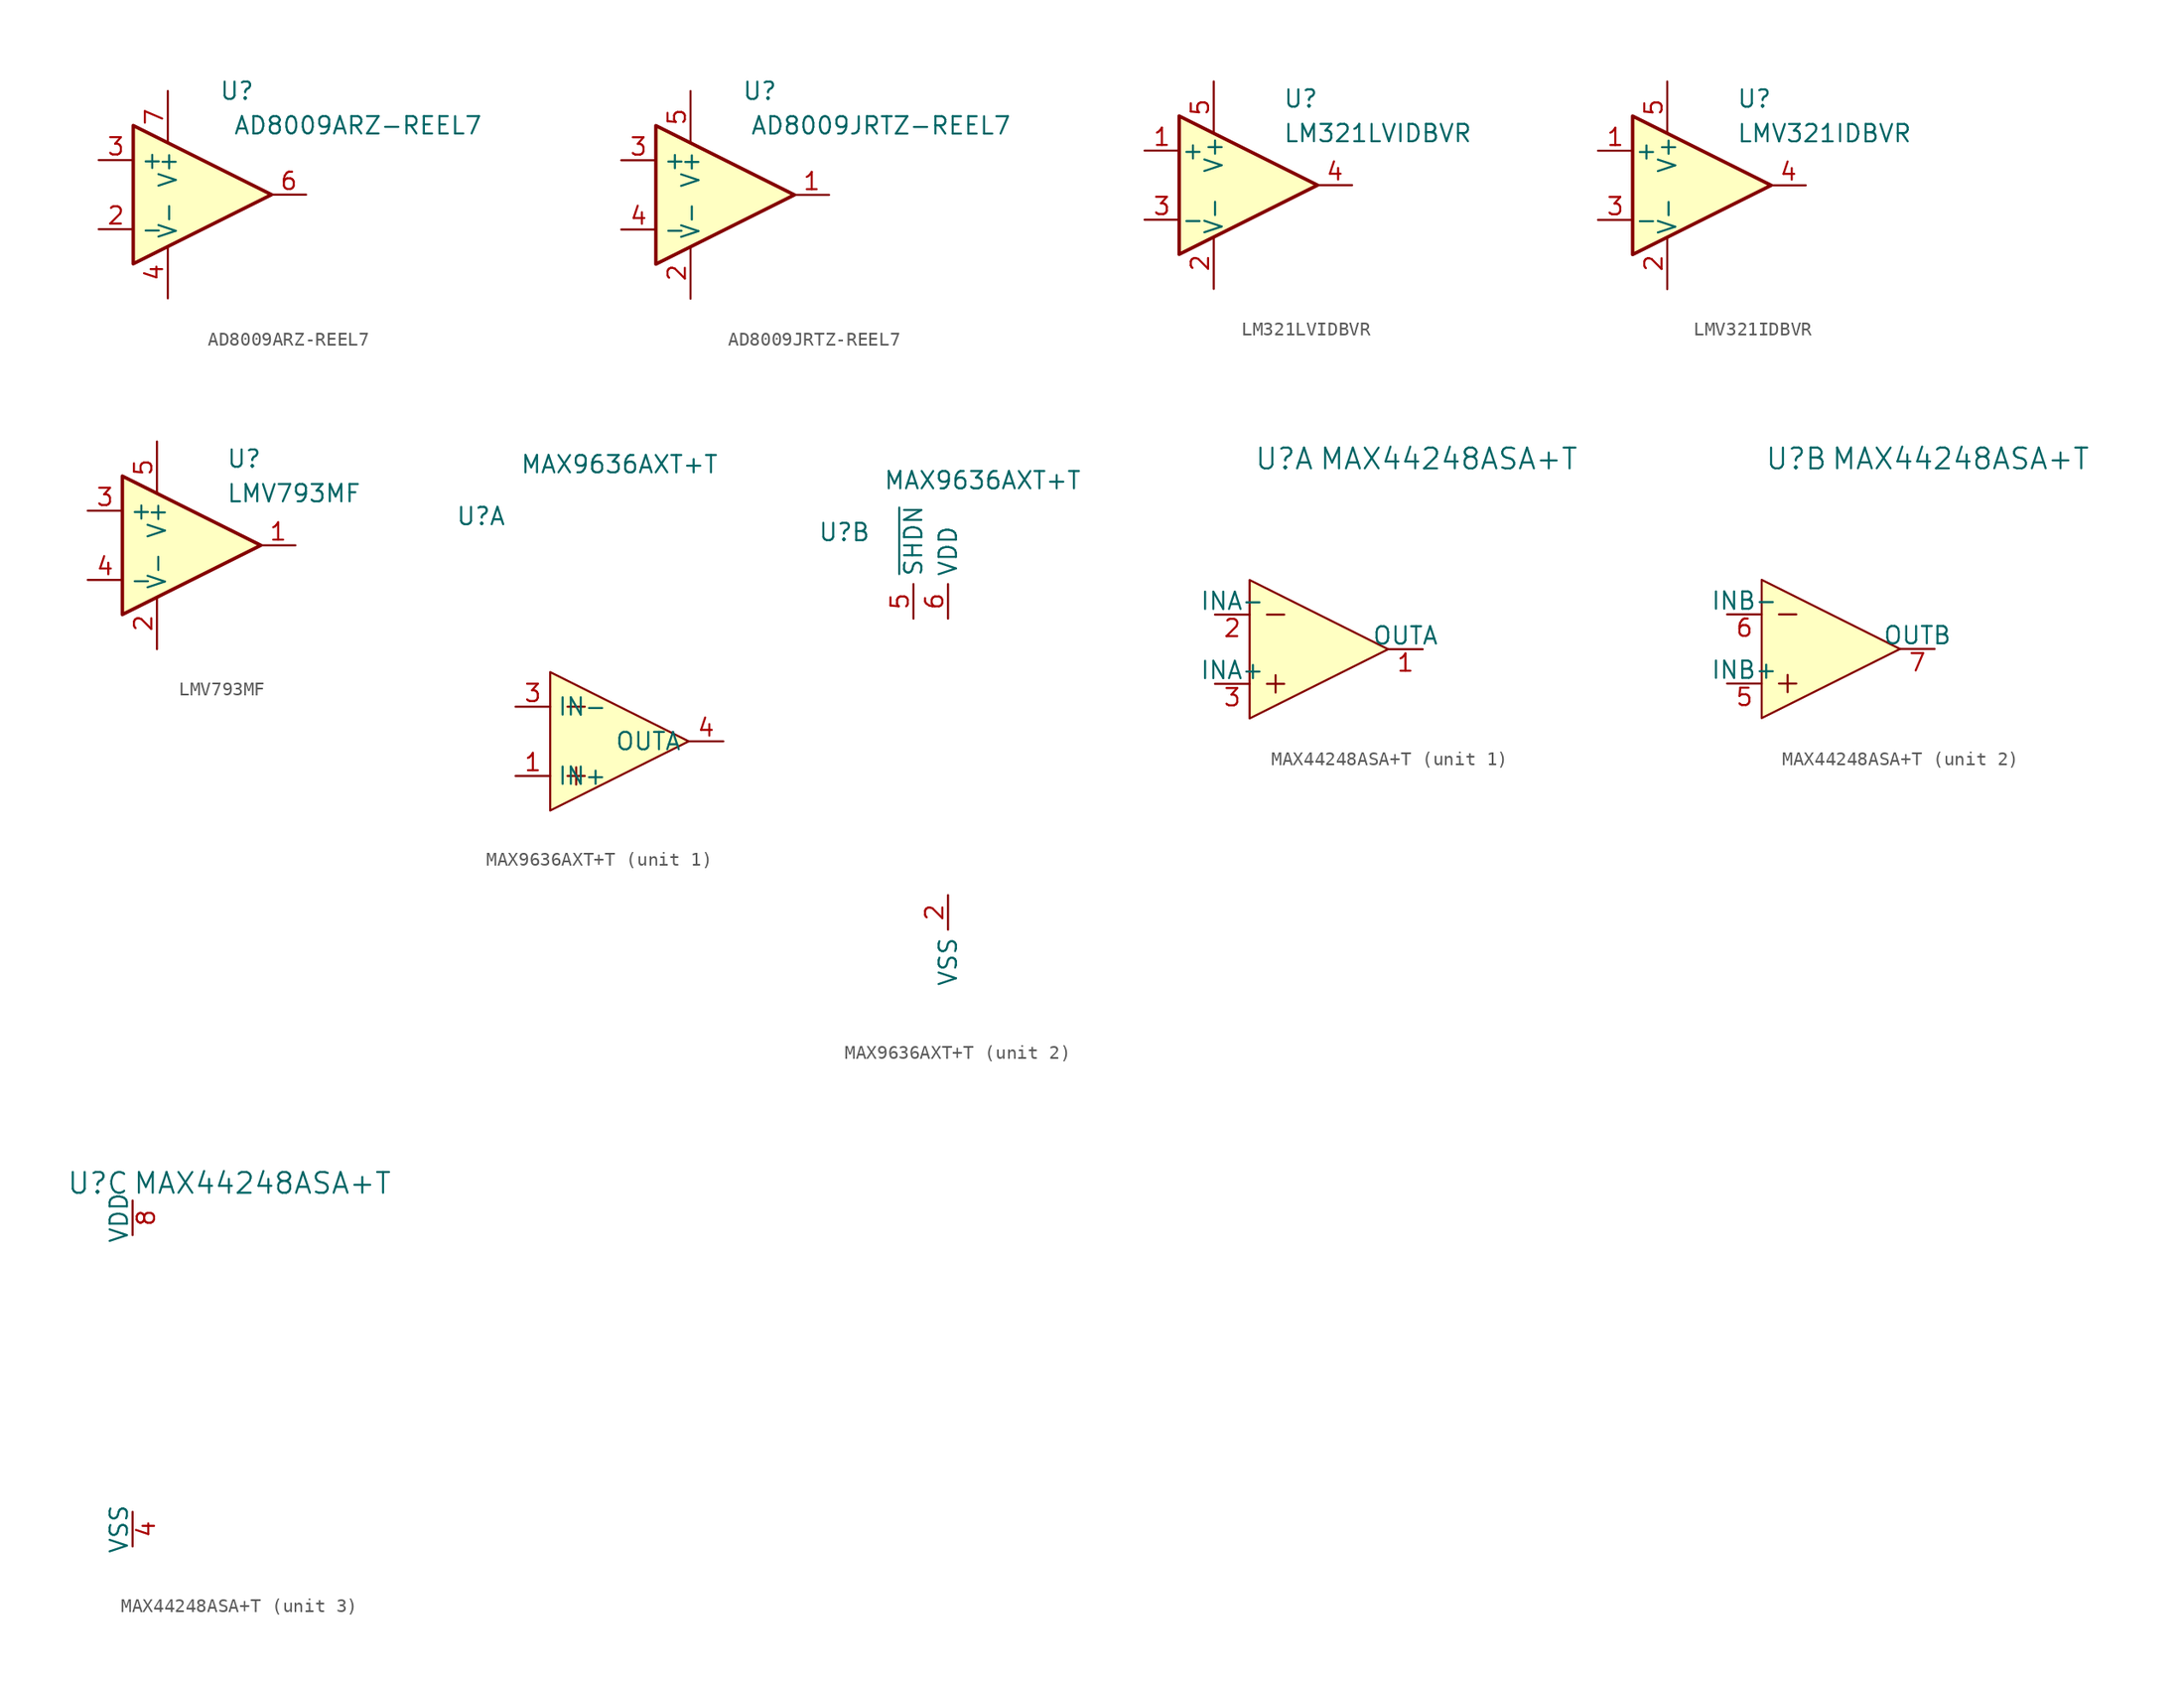
<source format=kicad_sym>
(kicad_symbol_lib
  (version 20220914)
  (generator kicad_symbol_editor)
  (symbol "AD8009ARZ-REEL7"
    (property "Reference" "U"
      (at 5.08 7.62 0)
      (effects (font (size 1.27 1.27))))
    (property "Value" "AD8009ARZ-REEL7"
      (at 13.97 5.08 0)
      (effects (font (size 1.27 1.27))))
    (symbol "AD8009ARZ-REEL7_0_1"
      (polyline (pts (xy -2.54 5.08) (xy 7.62 0) (xy -2.54 -5.08) (xy -2.54 5.08)) (stroke (width 0.254) (type default)) (fill (type background))))
    (symbol "AD8009ARZ-REEL7_1_1"
      (pin output line (at 10.16 -2.54 180) (length 2.54) hide (name "NC" (effects (font (size 1.27 1.27)))) (number "1" (effects (font (size 1.27 1.27)))))
      (pin input line (at -5.08 -2.54 0) (length 2.54) (name "-" (effects (font (size 1.27 1.27)))) (number "2" (effects (font (size 1.27 1.27)))))
      (pin input line (at -5.08 2.54 0) (length 2.54) (name "+" (effects (font (size 1.27 1.27)))) (number "3" (effects (font (size 1.27 1.27)))))
      (pin power_in line (at 0 -7.62 90) (length 3.81) (name "V-" (effects (font (size 1.27 1.27)))) (number "4" (effects (font (size 1.27 1.27)))))
      (pin output line (at 10.16 -7.62 180) (length 2.54) hide (name "NC" (effects (font (size 1.27 1.27)))) (number "5" (effects (font (size 1.27 1.27)))))
      (pin output line (at 10.16 0 180) (length 2.54) (name "~" (effects (font (size 1.27 1.27)))) (number "6" (effects (font (size 1.27 1.27)))))
      (pin power_in line (at 0 7.62 270) (length 3.81) (name "V+" (effects (font (size 1.27 1.27)))) (number "7" (effects (font (size 1.27 1.27)))))
      (pin output line (at 10.16 -5.08 180) (length 2.54) hide (name "NV" (effects (font (size 1.27 1.27)))) (number "8" (effects (font (size 1.27 1.27)))))))
  (symbol "AD8009JRTZ-REEL7"
    (property "Reference" "U"
      (at 5.08 7.62 0)
      (effects (font (size 1.27 1.27))))
    (property "Value" "AD8009JRTZ-REEL7"
      (at 13.97 5.08 0)
      (effects (font (size 1.27 1.27))))
    (symbol "AD8009JRTZ-REEL7_0_1"
      (polyline (pts (xy -2.54 5.08) (xy 7.62 0) (xy -2.54 -5.08) (xy -2.54 5.08)) (stroke (width 0.254) (type default)) (fill (type background)))
      (pin power_in line (at 0 -7.62 90) (length 3.81) (name "V-" (effects (font (size 1.27 1.27)))) (number "2" (effects (font (size 1.27 1.27)))))
      (pin power_in line (at 0 7.62 270) (length 3.81) (name "V+" (effects (font (size 1.27 1.27)))) (number "5" (effects (font (size 1.27 1.27))))))
    (symbol "AD8009JRTZ-REEL7_1_1"
      (pin output line (at 10.16 0 180) (length 2.54) (name "~" (effects (font (size 1.27 1.27)))) (number "1" (effects (font (size 1.27 1.27)))))
      (pin input line (at -5.08 2.54 0) (length 2.54) (name "+" (effects (font (size 1.27 1.27)))) (number "3" (effects (font (size 1.27 1.27)))))
      (pin input line (at -5.08 -2.54 0) (length 2.54) (name "-" (effects (font (size 1.27 1.27)))) (number "4" (effects (font (size 1.27 1.27)))))))
  (symbol "LM321LVIDBVR"
    (pin_names
      (offset 0.127))
    (property "Reference" "U"
      (at 2.54 6.35 0)
      (do_not_autoplace)
      (effects (font (size 1.27 1.27)) (justify left)))
    (property "Value" "LM321LVIDBVR"
      (at 2.54 3.81 0)
      (do_not_autoplace)
      (effects (font (size 1.27 1.27)) (justify left)))
    (symbol "LM321LVIDBVR_0_1"
      (polyline (pts (xy -5.08 5.08) (xy 5.08 0) (xy -5.08 -5.08) (xy -5.08 5.08)) (stroke (width 0.254) (type default)) (fill (type background)))
      (pin power_in line (at -2.54 -7.62 90) (length 3.81) (name "V-" (effects (font (size 1.27 1.27)))) (number "2" (effects (font (size 1.27 1.27)))))
      (pin power_in line (at -2.54 7.62 270) (length 3.81) (name "V+" (effects (font (size 1.27 1.27)))) (number "5" (effects (font (size 1.27 1.27))))))
    (symbol "LM321LVIDBVR_1_1"
      (pin input line (at -7.62 2.54 0) (length 2.54) (name "+" (effects (font (size 1.27 1.27)))) (number "1" (effects (font (size 1.27 1.27)))))
      (pin input line (at -7.62 -2.54 0) (length 2.54) (name "-" (effects (font (size 1.27 1.27)))) (number "3" (effects (font (size 1.27 1.27)))))
      (pin output line (at 7.62 0 180) (length 2.54) (name "~" (effects (font (size 1.27 1.27)))) (number "4" (effects (font (size 1.27 1.27)))))))
  (symbol "LMV321IDBVR"
    (pin_names
      (offset 0.127))
    (property "Reference" "U"
      (at 2.54 6.35 0)
      (do_not_autoplace)
      (effects (font (size 1.27 1.27)) (justify left)))
    (property "Value" "LMV321IDBVR"
      (at 2.54 3.81 0)
      (do_not_autoplace)
      (effects (font (size 1.27 1.27)) (justify left)))
    (symbol "LMV321IDBVR_0_1"
      (polyline (pts (xy -5.08 5.08) (xy 5.08 0) (xy -5.08 -5.08) (xy -5.08 5.08)) (stroke (width 0.254) (type default)) (fill (type background)))
      (pin power_in line (at -2.54 -7.62 90) (length 3.81) (name "V-" (effects (font (size 1.27 1.27)))) (number "2" (effects (font (size 1.27 1.27)))))
      (pin power_in line (at -2.54 7.62 270) (length 3.81) (name "V+" (effects (font (size 1.27 1.27)))) (number "5" (effects (font (size 1.27 1.27))))))
    (symbol "LMV321IDBVR_1_1"
      (pin input line (at -7.62 2.54 0) (length 2.54) (name "+" (effects (font (size 1.27 1.27)))) (number "1" (effects (font (size 1.27 1.27)))))
      (pin input line (at -7.62 -2.54 0) (length 2.54) (name "-" (effects (font (size 1.27 1.27)))) (number "3" (effects (font (size 1.27 1.27)))))
      (pin output line (at 7.62 0 180) (length 2.54) (name "~" (effects (font (size 1.27 1.27)))) (number "4" (effects (font (size 1.27 1.27)))))))
  (symbol "LMV793MF"
    (property "Reference" "U"
      (at 2.54 6.35 0)
      (do_not_autoplace)
      (effects (font (size 1.27 1.27)) (justify left)))
    (property "Value" "LMV793MF"
      (at 2.54 3.81 0)
      (do_not_autoplace)
      (effects (font (size 1.27 1.27)) (justify left)))
    (symbol "LMV793MF_0_1"
      (polyline (pts (xy -5.08 5.08) (xy 5.08 0) (xy -5.08 -5.08) (xy -5.08 5.08)) (stroke (width 0.254) (type default)) (fill (type background)))
      (pin power_in line (at -2.54 -7.62 90) (length 3.81) (name "V-" (effects (font (size 1.27 1.27)))) (number "2" (effects (font (size 1.27 1.27)))))
      (pin power_in line (at -2.54 7.62 270) (length 3.81) (name "V+" (effects (font (size 1.27 1.27)))) (number "5" (effects (font (size 1.27 1.27))))))
    (symbol "LMV793MF_1_1"
      (pin output line (at 7.62 0 180) (length 2.54) (name "~" (effects (font (size 1.27 1.27)))) (number "1" (effects (font (size 1.27 1.27)))))
      (pin input line (at -7.62 2.54 0) (length 2.54) (name "+" (effects (font (size 1.27 1.27)))) (number "3" (effects (font (size 1.27 1.27)))))
      (pin input line (at -7.62 -2.54 0) (length 2.54) (name "-" (effects (font (size 1.27 1.27)))) (number "4" (effects (font (size 1.27 1.27)))))))
  (symbol "MAX9636AXT+T"
    (property "Reference" "U"
      (at -7.62 16.51 0)
      (do_not_autoplace)
      (effects (font (size 1.27 1.27))))
    (property "Value" "MAX9636AXT+T"
      (at 2.54 20.32 0)
      (do_not_autoplace)
      (effects (font (size 1.27 1.27))))
    (symbol "MAX9636AXT+T_1_0"
      (polyline (pts (xy -1.27 -2.54) (xy 0 -2.54)) (stroke (width 0) (type solid)) (fill (type none)))
      (polyline (pts (xy -1.27 2.54) (xy 0 2.54)) (stroke (width 0) (type solid)) (fill (type none)))
      (polyline (pts (xy -0.635 -1.905) (xy -0.635 -3.175)) (stroke (width 0) (type solid)) (fill (type none)))
      (polyline (pts (xy -2.54 5.08) (xy -2.54 -5.08) (xy 7.62 0) (xy -2.54 5.08)) (stroke (width 0) (type solid)) (fill (type background))))
    (symbol "MAX9636AXT+T_1_1"
      (pin input line (at -5.08 -2.54 0) (length 2.54) (name "IN+" (effects (font (size 1.27 1.27)))) (number "1" (effects (font (size 1.27 1.27)))))
      (pin input line (at -5.08 2.54 0) (length 2.54) (name "IN-" (effects (font (size 1.27 1.27)))) (number "3" (effects (font (size 1.27 1.27)))))
      (pin output line (at 10.16 0 180) (length 2.54) (name "OUTA" (effects (font (size 1.27 1.27)))) (number "4" (effects (font (size 1.27 1.27))))))
    (symbol "MAX9636AXT+T_2_1"
      (pin power_in line (at 0 -10.16 270) (length 2.54) (name "VSS" (effects (font (size 1.27 1.27)))) (number "2" (effects (font (size 1.27 1.27)))))
      (pin input line (at -2.54 10.16 90) (length 2.54) (name "~{SHDN}" (effects (font (size 1.27 1.27)))) (number "5" (effects (font (size 1.27 1.27)))))
      (pin power_in line (at 0 10.16 90) (length 2.54) (name "VDD" (effects (font (size 1.27 1.27)))) (number "6" (effects (font (size 1.27 1.27)))))))
  (symbol "MAX44248ASA+T"
    (pin_names
      (offset 0))
    (property "Reference" "U"
      (at -2.54 13.97 0)
      (do_not_autoplace)
      (effects (font (size 1.524 1.524))))
    (property "Value" "MAX44248ASA+T"
      (at 0 13.97 0)
      (do_not_autoplace)
      (effects (font (size 1.524 1.524)) (justify left)))
    (symbol "MAX44248ASA+T_1_0"
      (polyline (pts (xy -3.81 -2.54) (xy -2.54 -2.54)) (stroke (width 0) (type solid)) (fill (type none)))
      (polyline (pts (xy -3.81 2.54) (xy -2.54 2.54)) (stroke (width 0) (type solid)) (fill (type none)))
      (polyline (pts (xy -3.175 -1.905) (xy -3.175 -3.175)) (stroke (width 0) (type solid)) (fill (type none)))
      (polyline (pts (xy -5.08 5.08) (xy -5.08 -5.08) (xy 5.08 0) (xy -5.08 5.08)) (stroke (width 0) (type solid)) (fill (type background))))
    (symbol "MAX44248ASA+T_1_1"
      (pin output line (at 7.62 0 180) (length 2.54) (name "OUTA" (effects (font (size 1.27 1.27)))) (number "1" (effects (font (size 1.27 1.27)))))
      (pin input line (at -7.62 2.54 0) (length 2.54) (name "INA-" (effects (font (size 1.27 1.27)))) (number "2" (effects (font (size 1.27 1.27)))))
      (pin input line (at -7.62 -2.54 0) (length 2.54) (name "INA+" (effects (font (size 1.27 1.27)))) (number "3" (effects (font (size 1.27 1.27))))))
    (symbol "MAX44248ASA+T_2_0"
      (polyline (pts (xy -3.81 -2.54) (xy -2.54 -2.54)) (stroke (width 0) (type solid)) (fill (type none)))
      (polyline (pts (xy -3.81 2.54) (xy -2.54 2.54)) (stroke (width 0) (type solid)) (fill (type none)))
      (polyline (pts (xy -3.175 -1.905) (xy -3.175 -3.175)) (stroke (width 0) (type solid)) (fill (type none)))
      (polyline (pts (xy -5.08 5.08) (xy -5.08 -5.08) (xy 5.08 0) (xy -5.08 5.08)) (stroke (width 0) (type solid)) (fill (type background))))
    (symbol "MAX44248ASA+T_2_1"
      (pin input line (at -7.62 -2.54 0) (length 2.54) (name "INB+" (effects (font (size 1.27 1.27)))) (number "5" (effects (font (size 1.27 1.27)))))
      (pin input line (at -7.62 2.54 0) (length 2.54) (name "INB-" (effects (font (size 1.27 1.27)))) (number "6" (effects (font (size 1.27 1.27)))))
      (pin output line (at 7.62 0 180) (length 2.54) (name "OUTB" (effects (font (size 1.27 1.27)))) (number "7" (effects (font (size 1.27 1.27))))))
    (symbol "MAX44248ASA+T_3_1"
      (pin power_in line (at 0 -10.16 270) (length 2.54) (name "VSS" (effects (font (size 1.27 1.27)))) (number "4" (effects (font (size 1.27 1.27)))))
      (pin power_in line (at 0 10.16 90) (length 2.54) (name "VDD" (effects (font (size 1.27 1.27)))) (number "8" (effects (font (size 1.27 1.27))))))))
</source>
